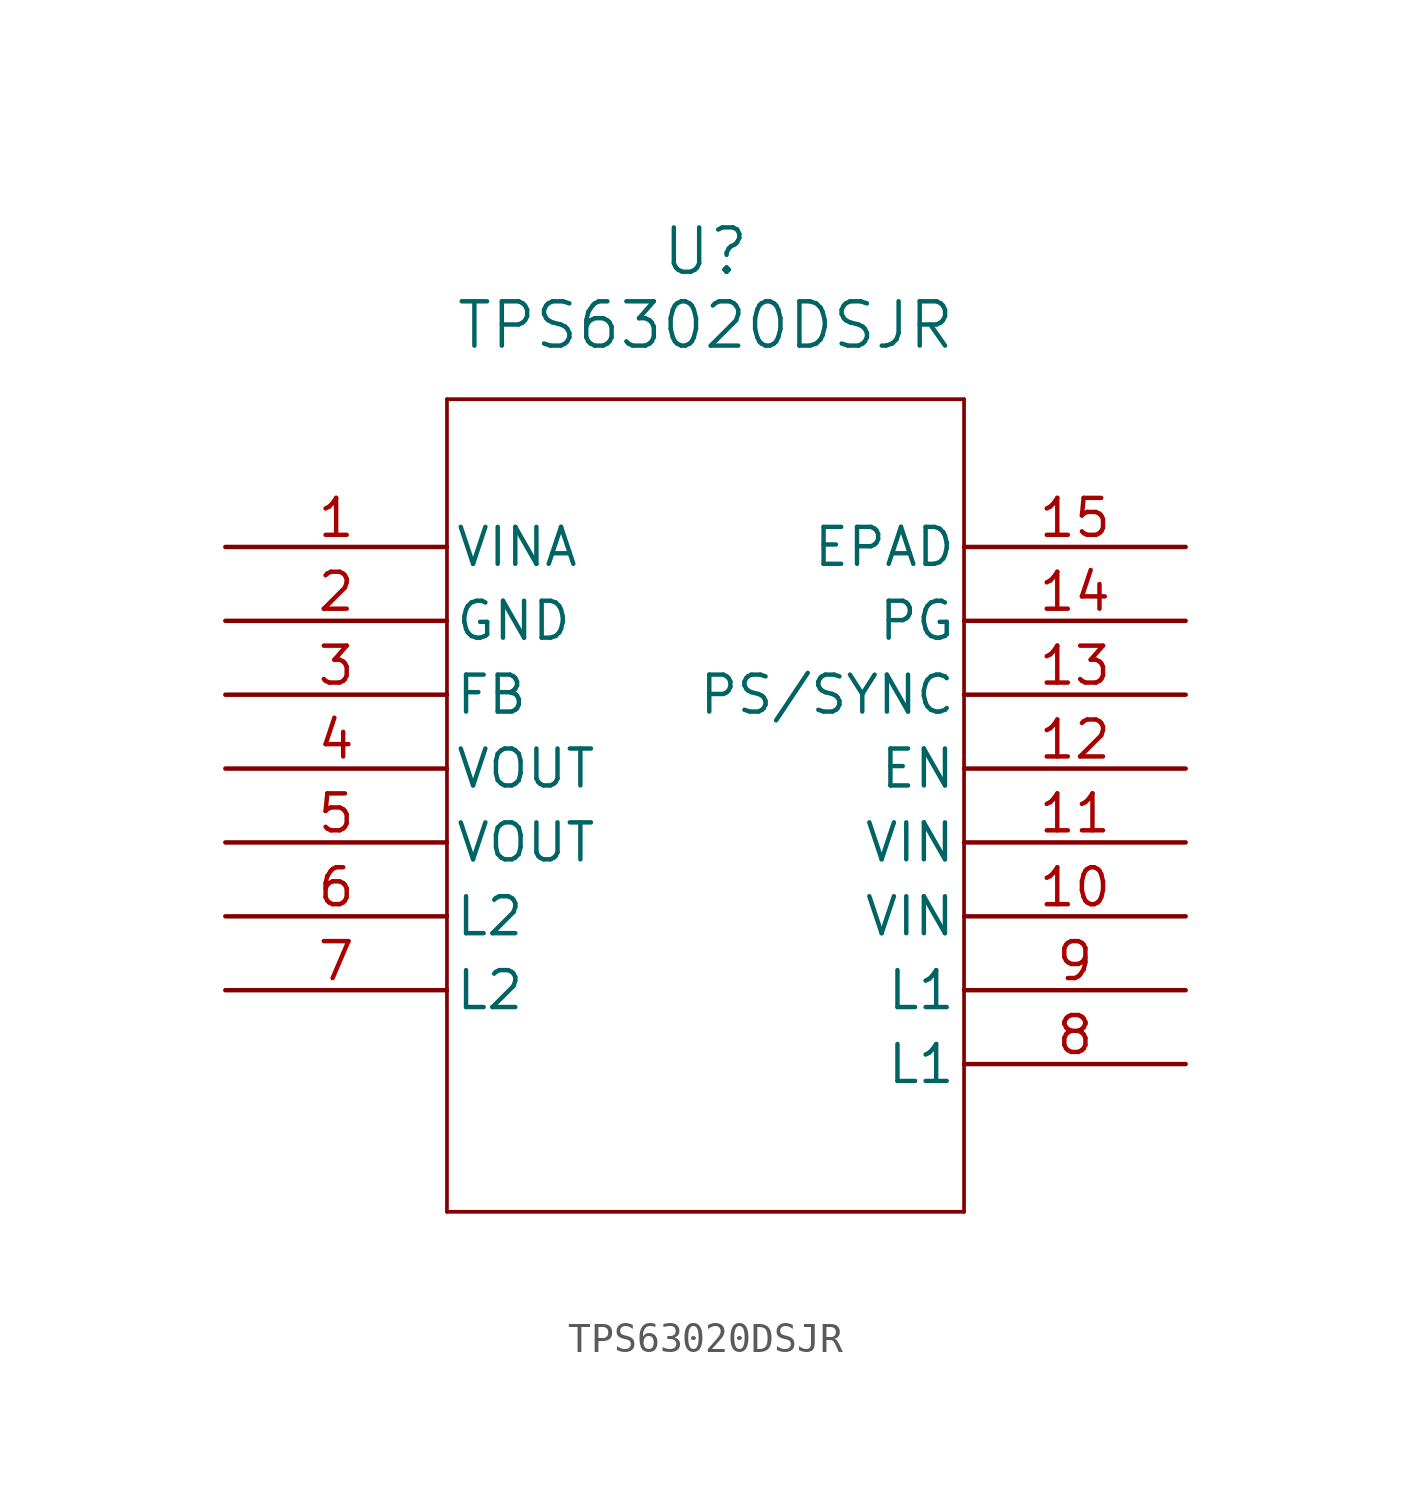
<source format=kicad_sym>
(kicad_symbol_lib
  (version 20220914)
  (generator kicad_symbol_editor)
  (symbol "TPS63020DSJR"
    (pin_names
      (offset 0.254))
    (property "Reference" "U"
      (at 16.51 10.16 0)
      (effects (font (size 1.524 1.524))))
    (property "Value" "TPS63020DSJR"
      (at 16.51 7.62 0)
      (effects (font (size 1.524 1.524))))
    (property "ki_locked" ""
      (at 0 0 0)
      (effects (font (size 1.27 1.27))))
    (symbol "TPS63020DSJR_0_1"
      (polyline (pts (xy 7.62 -22.86) (xy 25.4 -22.86)) (stroke (width 0.127) (type default)) (fill (type none)))
      (polyline (pts (xy 7.62 5.08) (xy 7.62 -22.86)) (stroke (width 0.127) (type default)) (fill (type none)))
      (polyline (pts (xy 25.4 -22.86) (xy 25.4 5.08)) (stroke (width 0.127) (type default)) (fill (type none)))
      (polyline (pts (xy 25.4 5.08) (xy 7.62 5.08)) (stroke (width 0.127) (type default)) (fill (type none)))
      (pin input line (at 0 0 0) (length 7.62) (name "VINA" (effects (font (size 1.27 1.27)))) (number "1" (effects (font (size 1.27 1.27)))))
      (pin input line (at 33.02 -12.7 180) (length 7.62) (name "VIN" (effects (font (size 1.27 1.27)))) (number "10" (effects (font (size 1.27 1.27)))))
      (pin input line (at 33.02 -10.16 180) (length 7.62) (name "VIN" (effects (font (size 1.27 1.27)))) (number "11" (effects (font (size 1.27 1.27)))))
      (pin input line (at 33.02 -7.62 180) (length 7.62) (name "EN" (effects (font (size 1.27 1.27)))) (number "12" (effects (font (size 1.27 1.27)))))
      (pin input line (at 33.02 -5.08 180) (length 7.62) (name "PS/SYNC" (effects (font (size 1.27 1.27)))) (number "13" (effects (font (size 1.27 1.27)))))
      (pin output line (at 33.02 -2.54 180) (length 7.62) (name "PG" (effects (font (size 1.27 1.27)))) (number "14" (effects (font (size 1.27 1.27)))))
      (pin unspecified line (at 33.02 0 180) (length 7.62) (name "EPAD" (effects (font (size 1.27 1.27)))) (number "15" (effects (font (size 1.27 1.27)))))
      (pin power_in line (at 0 -2.54 0) (length 7.62) (name "GND" (effects (font (size 1.27 1.27)))) (number "2" (effects (font (size 1.27 1.27)))))
      (pin input line (at 0 -5.08 0) (length 7.62) (name "FB" (effects (font (size 1.27 1.27)))) (number "3" (effects (font (size 1.27 1.27)))))
      (pin output line (at 0 -7.62 0) (length 7.62) (name "VOUT" (effects (font (size 1.27 1.27)))) (number "4" (effects (font (size 1.27 1.27)))))
      (pin output line (at 0 -10.16 0) (length 7.62) (name "VOUT" (effects (font (size 1.27 1.27)))) (number "5" (effects (font (size 1.27 1.27)))))
      (pin input line (at 0 -12.7 0) (length 7.62) (name "L2" (effects (font (size 1.27 1.27)))) (number "6" (effects (font (size 1.27 1.27)))))
      (pin input line (at 0 -15.24 0) (length 7.62) (name "L2" (effects (font (size 1.27 1.27)))) (number "7" (effects (font (size 1.27 1.27)))))
      (pin input line (at 33.02 -17.78 180) (length 7.62) (name "L1" (effects (font (size 1.27 1.27)))) (number "8" (effects (font (size 1.27 1.27)))))
      (pin input line (at 33.02 -15.24 180) (length 7.62) (name "L1" (effects (font (size 1.27 1.27)))) (number "9" (effects (font (size 1.27 1.27))))))))
</source>
